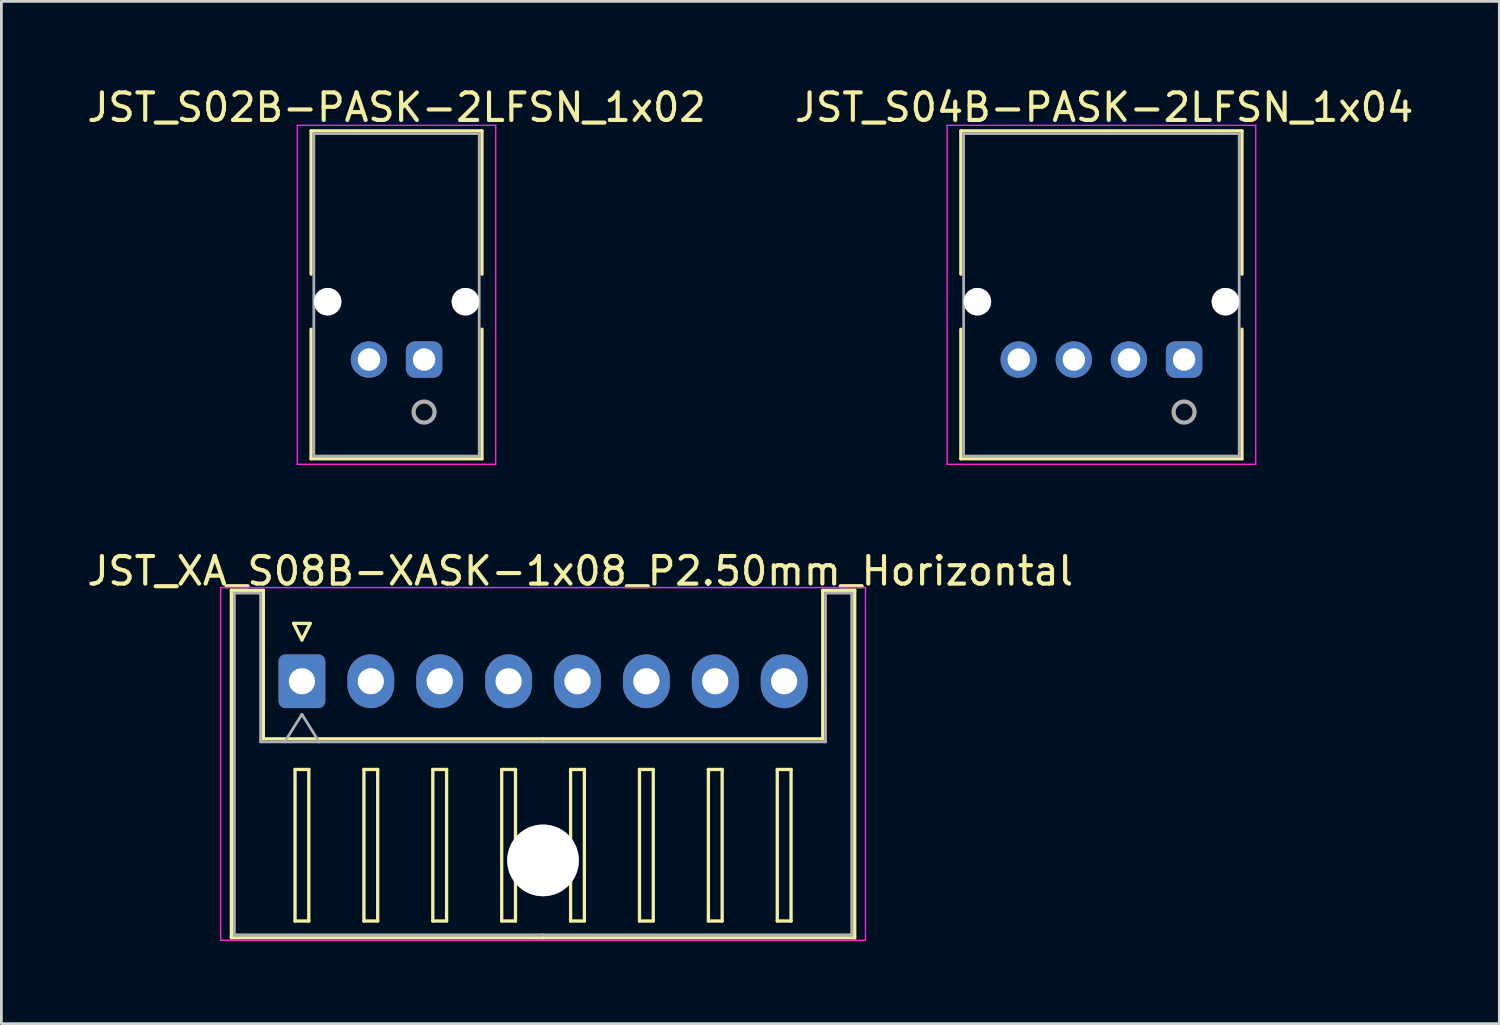
<source format=kicad_pcb>
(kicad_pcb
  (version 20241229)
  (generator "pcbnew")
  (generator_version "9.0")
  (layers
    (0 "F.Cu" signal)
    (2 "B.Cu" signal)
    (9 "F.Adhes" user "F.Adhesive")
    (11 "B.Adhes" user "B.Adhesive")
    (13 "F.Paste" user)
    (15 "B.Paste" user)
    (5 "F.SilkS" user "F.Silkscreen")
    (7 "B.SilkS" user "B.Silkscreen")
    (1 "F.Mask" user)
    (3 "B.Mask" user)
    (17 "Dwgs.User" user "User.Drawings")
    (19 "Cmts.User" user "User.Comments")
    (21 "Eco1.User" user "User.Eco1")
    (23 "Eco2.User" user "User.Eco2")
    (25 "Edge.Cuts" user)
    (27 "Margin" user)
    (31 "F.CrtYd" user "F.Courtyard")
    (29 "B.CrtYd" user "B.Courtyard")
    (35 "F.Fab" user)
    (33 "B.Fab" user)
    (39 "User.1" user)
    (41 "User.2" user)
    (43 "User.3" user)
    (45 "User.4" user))
  (footprint "JST_S04B-PASK-2LFSN_1x04"
    (layer "F.Cu")
    (at 39.918 9.998)
    (property "Reference" "JST_S04B-PASK-2LFSN_1x04" (at -2.9 -9.15 0) (layer "F.SilkS") (effects (font (size 1 1) (thickness 0.15))))
    (attr through_hole)
    (fp_line (start -8.1 -8.3) (end -8.1 -3.1) (stroke (width 0.12) (type solid)) (layer "F.SilkS"))
    (fp_line (start -8.1 -1.1) (end -8.1 3.6) (stroke (width 0.12) (type solid)) (layer "F.SilkS"))
    (fp_line (start -8.1 3.6) (end 2.1 3.6) (stroke (width 0.12) (type solid)) (layer "F.SilkS"))
    (fp_line (start 2.1 -8.3) (end -8.1 -8.3) (stroke (width 0.12) (type solid)) (layer "F.SilkS"))
    (fp_line (start 2.1 -3.1) (end 2.1 -8.3) (stroke (width 0.12) (type solid)) (layer "F.SilkS"))
    (fp_line (start 2.1 3.6) (end 2.1 -1.1) (stroke (width 0.12) (type solid)) (layer "F.SilkS"))
    (fp_line (start -8.6 -8.5) (end -8.6 3.8) (stroke (width 0.05) (type solid)) (layer "F.CrtYd"))
    (fp_line (start -8.6 3.8) (end 2.6 3.8) (stroke (width 0.05) (type solid)) (layer "F.CrtYd"))
    (fp_line (start 2.6 -8.5) (end -8.6 -8.5) (stroke (width 0.05) (type solid)) (layer "F.CrtYd"))
    (fp_line (start 2.6 3.8) (end 2.6 -8.5) (stroke (width 0.05) (type solid)) (layer "F.CrtYd"))
    (fp_line (start -8 -8.2) (end -8 3.5) (stroke (width 0.1) (type solid)) (layer "F.Fab"))
    (fp_line (start -8 3.5) (end 2 3.5) (stroke (width 0.1) (type solid)) (layer "F.Fab"))
    (fp_line (start 2 -8.2) (end -8 -8.2) (stroke (width 0.1) (type solid)) (layer "F.Fab"))
    (fp_line (start 2 3.5) (end 2 -8.2) (stroke (width 0.1) (type solid)) (layer "F.Fab"))
    (fp_circle (center 0 1.905) (end 0.381 1.905) (stroke (width 0.152) (type solid)) (fill no) (layer "F.Fab"))
    (pad "" thru_hole circle (at -7.5 -2.1 90) (size 1 1) (drill 1) (layers "*.Cu" "*.Mask"))
    (pad "" thru_hole circle (at 1.5 -2.1 90) (size 1 1) (drill 1) (layers "*.Cu" "*.Mask"))
    (pad "1" thru_hole roundrect (at 0 0) (size 1.321 1.321) (drill 0.813) (layers "*.Cu" "*.Mask") (roundrect_rratio 0.25))
    (pad "2" thru_hole circle (at -2 0) (size 1.321 1.321) (drill 0.813) (layers "*.Cu" "*.Mask"))
    (pad "3" thru_hole circle (at -4 0) (size 1.321 1.321) (drill 0.813) (layers "*.Cu" "*.Mask"))
    (pad "4" thru_hole circle (at -6 0) (size 1.321 1.321) (drill 0.813) (layers "*.Cu" "*.Mask")))
  (footprint "JST_S02B-PASK-2LFSN_1x02"
    (layer "F.Cu")
    (at 12.339 9.998)
    (property "Reference" "JST_S02B-PASK-2LFSN_1x02" (at -1 -9.15 0) (layer "F.SilkS") (effects (font (size 1 1) (thickness 0.15))))
    (attr through_hole)
    (fp_line (start -4.1 -8.3) (end -4.1 -3.1) (stroke (width 0.12) (type solid)) (layer "F.SilkS"))
    (fp_line (start -4.1 -1.1) (end -4.1 3.6) (stroke (width 0.12) (type solid)) (layer "F.SilkS"))
    (fp_line (start -4.1 3.6) (end 2.1 3.6) (stroke (width 0.12) (type solid)) (layer "F.SilkS"))
    (fp_line (start 2.1 -8.3) (end -4.1 -8.3) (stroke (width 0.12) (type solid)) (layer "F.SilkS"))
    (fp_line (start 2.1 -3.1) (end 2.1 -8.3) (stroke (width 0.12) (type solid)) (layer "F.SilkS"))
    (fp_line (start 2.1 3.6) (end 2.1 -1.1) (stroke (width 0.12) (type solid)) (layer "F.SilkS"))
    (fp_line (start -4.6 -8.5) (end -4.6 3.8) (stroke (width 0.05) (type solid)) (layer "F.CrtYd"))
    (fp_line (start -4.6 3.8) (end 2.6 3.8) (stroke (width 0.05) (type solid)) (layer "F.CrtYd"))
    (fp_line (start 2.6 -8.5) (end -4.6 -8.5) (stroke (width 0.05) (type solid)) (layer "F.CrtYd"))
    (fp_line (start 2.6 3.8) (end 2.6 -8.5) (stroke (width 0.05) (type solid)) (layer "F.CrtYd"))
    (fp_line (start -4 -8.2) (end -4 3.5) (stroke (width 0.1) (type solid)) (layer "F.Fab"))
    (fp_line (start -4 3.5) (end 2 3.5) (stroke (width 0.1) (type solid)) (layer "F.Fab"))
    (fp_line (start 2 -8.2) (end -4 -8.2) (stroke (width 0.1) (type solid)) (layer "F.Fab"))
    (fp_line (start 2 3.5) (end 2 -8.2) (stroke (width 0.1) (type solid)) (layer "F.Fab"))
    (fp_circle (center 0 1.905) (end 0.381 1.905) (stroke (width 0.152) (type solid)) (fill no) (layer "F.Fab"))
    (pad "" thru_hole circle (at -3.5 -2.1 90) (size 1 1) (drill 1) (layers "*.Cu" "*.Mask"))
    (pad "" thru_hole circle (at 1.5 -2.1 90) (size 1 1) (drill 1) (layers "*.Cu" "*.Mask"))
    (pad "1" thru_hole roundrect (at 0 0) (size 1.321 1.321) (drill 0.813) (layers "*.Cu" "*.Mask") (roundrect_rratio 0.25))
    (pad "2" thru_hole circle (at -2 0) (size 1.321 1.321) (drill 0.813) (layers "*.Cu" "*.Mask")))
  (footprint "JST_XA_S08B-XASK-1x08_P2.50mm_Horizontal"
    (layer "F.Cu")
    (at 7.906 21.672)
    (property "Reference" "JST_XA_S08B-XASK-1x08_P2.50mm_Horizontal" (at 10.1 -4 0) (layer "F.SilkS") (effects (font (size 1 1) (thickness 0.15))))
    (attr through_hole)
    (fp_line (start -2.56 -3.3) (end -1.4 -3.3) (stroke (width 0.12) (type solid)) (layer "F.SilkS"))
    (fp_line (start -2.56 9.31) (end -2.56 -3.3) (stroke (width 0.12) (type solid)) (layer "F.SilkS"))
    (fp_line (start -1.4 -3.3) (end -1.4 2.09) (stroke (width 0.12) (type solid)) (layer "F.SilkS"))
    (fp_line (start -1.4 2.09) (end 8.75 2.09) (stroke (width 0.12) (type solid)) (layer "F.SilkS"))
    (fp_line (start -0.3 -2.1) (end 0.3 -2.1) (stroke (width 0.12) (type solid)) (layer "F.SilkS"))
    (fp_line (start -0.25 3.2) (end -0.25 8.7) (stroke (width 0.12) (type solid)) (layer "F.SilkS"))
    (fp_line (start -0.25 8.7) (end 0.25 8.7) (stroke (width 0.12) (type solid)) (layer "F.SilkS"))
    (fp_line (start 0 -1.5) (end -0.3 -2.1) (stroke (width 0.12) (type solid)) (layer "F.SilkS"))
    (fp_line (start 0.25 3.2) (end -0.25 3.2) (stroke (width 0.12) (type solid)) (layer "F.SilkS"))
    (fp_line (start 0.25 8.7) (end 0.25 3.2) (stroke (width 0.12) (type solid)) (layer "F.SilkS"))
    (fp_line (start 0.3 -2.1) (end 0 -1.5) (stroke (width 0.12) (type solid)) (layer "F.SilkS"))
    (fp_line (start 2.25 3.2) (end 2.25 8.7) (stroke (width 0.12) (type solid)) (layer "F.SilkS"))
    (fp_line (start 2.25 8.7) (end 2.75 8.7) (stroke (width 0.12) (type solid)) (layer "F.SilkS"))
    (fp_line (start 2.75 3.2) (end 2.25 3.2) (stroke (width 0.12) (type solid)) (layer "F.SilkS"))
    (fp_line (start 2.75 8.7) (end 2.75 3.2) (stroke (width 0.12) (type solid)) (layer "F.SilkS"))
    (fp_line (start 4.75 3.2) (end 4.75 8.7) (stroke (width 0.12) (type solid)) (layer "F.SilkS"))
    (fp_line (start 4.75 8.7) (end 5.25 8.7) (stroke (width 0.12) (type solid)) (layer "F.SilkS"))
    (fp_line (start 5.25 3.2) (end 4.75 3.2) (stroke (width 0.12) (type solid)) (layer "F.SilkS"))
    (fp_line (start 5.25 8.7) (end 5.25 3.2) (stroke (width 0.12) (type solid)) (layer "F.SilkS"))
    (fp_line (start 7.25 3.2) (end 7.25 8.7) (stroke (width 0.12) (type solid)) (layer "F.SilkS"))
    (fp_line (start 7.25 8.7) (end 7.75 8.7) (stroke (width 0.12) (type solid)) (layer "F.SilkS"))
    (fp_line (start 7.75 3.2) (end 7.25 3.2) (stroke (width 0.12) (type solid)) (layer "F.SilkS"))
    (fp_line (start 7.75 8.7) (end 7.75 3.2) (stroke (width 0.12) (type solid)) (layer "F.SilkS"))
    (fp_line (start 8.75 9.31) (end -2.56 9.31) (stroke (width 0.12) (type solid)) (layer "F.SilkS"))
    (fp_line (start 8.75 9.31) (end 20.06 9.31) (stroke (width 0.12) (type solid)) (layer "F.SilkS"))
    (fp_line (start 9.75 3.2) (end 9.75 8.7) (stroke (width 0.12) (type solid)) (layer "F.SilkS"))
    (fp_line (start 9.75 8.7) (end 10.25 8.7) (stroke (width 0.12) (type solid)) (layer "F.SilkS"))
    (fp_line (start 10.25 3.2) (end 9.75 3.2) (stroke (width 0.12) (type solid)) (layer "F.SilkS"))
    (fp_line (start 10.25 8.7) (end 10.25 3.2) (stroke (width 0.12) (type solid)) (layer "F.SilkS"))
    (fp_line (start 12.25 3.2) (end 12.25 8.7) (stroke (width 0.12) (type solid)) (layer "F.SilkS"))
    (fp_line (start 12.25 8.7) (end 12.75 8.7) (stroke (width 0.12) (type solid)) (layer "F.SilkS"))
    (fp_line (start 12.75 3.2) (end 12.25 3.2) (stroke (width 0.12) (type solid)) (layer "F.SilkS"))
    (fp_line (start 12.75 8.7) (end 12.75 3.2) (stroke (width 0.12) (type solid)) (layer "F.SilkS"))
    (fp_line (start 14.75 3.2) (end 14.75 8.7) (stroke (width 0.12) (type solid)) (layer "F.SilkS"))
    (fp_line (start 14.75 8.7) (end 15.25 8.7) (stroke (width 0.12) (type solid)) (layer "F.SilkS"))
    (fp_line (start 15.25 3.2) (end 14.75 3.2) (stroke (width 0.12) (type solid)) (layer "F.SilkS"))
    (fp_line (start 15.25 8.7) (end 15.25 3.2) (stroke (width 0.12) (type solid)) (layer "F.SilkS"))
    (fp_line (start 17.25 3.2) (end 17.25 8.7) (stroke (width 0.12) (type solid)) (layer "F.SilkS"))
    (fp_line (start 17.25 8.7) (end 17.75 8.7) (stroke (width 0.12) (type solid)) (layer "F.SilkS"))
    (fp_line (start 17.75 3.2) (end 17.25 3.2) (stroke (width 0.12) (type solid)) (layer "F.SilkS"))
    (fp_line (start 17.75 8.7) (end 17.75 3.2) (stroke (width 0.12) (type solid)) (layer "F.SilkS"))
    (fp_line (start 18.9 -3.3) (end 18.9 2.09) (stroke (width 0.12) (type solid)) (layer "F.SilkS"))
    (fp_line (start 18.9 2.09) (end 8.75 2.09) (stroke (width 0.12) (type solid)) (layer "F.SilkS"))
    (fp_line (start 20.06 -3.3) (end 18.9 -3.3) (stroke (width 0.12) (type solid)) (layer "F.SilkS"))
    (fp_line (start 20.06 9.31) (end 20.06 -3.3) (stroke (width 0.12) (type solid)) (layer "F.SilkS"))
    (fp_line (start -2.95 -3.4) (end -2.95 9.4) (stroke (width 0.05) (type solid)) (layer "F.CrtYd"))
    (fp_line (start -2.95 9.4) (end 20.45 9.4) (stroke (width 0.05) (type solid)) (layer "F.CrtYd"))
    (fp_line (start 20.45 -3.4) (end -2.95 -3.4) (stroke (width 0.05) (type solid)) (layer "F.CrtYd"))
    (fp_line (start 20.45 9.4) (end 20.45 -3.4) (stroke (width 0.05) (type solid)) (layer "F.CrtYd"))
    (fp_line (start -2.45 -3.2) (end -1.5 -3.2) (stroke (width 0.1) (type solid)) (layer "F.Fab"))
    (fp_line (start -2.45 9.2) (end -2.45 -3.2) (stroke (width 0.1) (type solid)) (layer "F.Fab"))
    (fp_line (start -1.5 -3.2) (end -1.5 2.2) (stroke (width 0.1) (type solid)) (layer "F.Fab"))
    (fp_line (start -1.5 2.2) (end 8.75 2.2) (stroke (width 0.1) (type solid)) (layer "F.Fab"))
    (fp_line (start -0.625 2.2) (end 0 1.2) (stroke (width 0.1) (type solid)) (layer "F.Fab"))
    (fp_line (start 0 1.2) (end 0.625 2.2) (stroke (width 0.1) (type solid)) (layer "F.Fab"))
    (fp_line (start 8.75 9.2) (end -2.45 9.2) (stroke (width 0.1) (type solid)) (layer "F.Fab"))
    (fp_line (start 8.75 9.2) (end 19.95 9.2) (stroke (width 0.1) (type solid)) (layer "F.Fab"))
    (fp_line (start 19 -3.2) (end 19 2.2) (stroke (width 0.1) (type solid)) (layer "F.Fab"))
    (fp_line (start 19 2.2) (end 8.75 2.2) (stroke (width 0.1) (type solid)) (layer "F.Fab"))
    (fp_line (start 19.95 -3.2) (end 19 -3.2) (stroke (width 0.1) (type solid)) (layer "F.Fab"))
    (fp_line (start 19.95 9.2) (end 19.95 -3.2) (stroke (width 0.1) (type solid)) (layer "F.Fab"))
    (pad "" thru_hole circle (at 8.75 6.5) (size 2.6 2.6) (drill 2.6) (layers "*.Cu" "*.Mask"))
    (pad "1" thru_hole roundrect (at 0 0) (size 1.7 1.95) (drill 0.95) (layers "*.Cu" "*.Mask") (roundrect_rratio 0.147))
    (pad "2" thru_hole oval (at 2.5 0) (size 1.7 1.95) (drill 0.95) (layers "*.Cu" "*.Mask"))
    (pad "3" thru_hole oval (at 5 0) (size 1.7 1.95) (drill 0.95) (layers "*.Cu" "*.Mask"))
    (pad "4" thru_hole oval (at 7.5 0) (size 1.7 1.95) (drill 0.95) (layers "*.Cu" "*.Mask"))
    (pad "5" thru_hole oval (at 10 0) (size 1.7 1.95) (drill 0.95) (layers "*.Cu" "*.Mask"))
    (pad "6" thru_hole oval (at 12.5 0) (size 1.7 1.95) (drill 0.95) (layers "*.Cu" "*.Mask"))
    (pad "7" thru_hole oval (at 15 0) (size 1.7 1.95) (drill 0.95) (layers "*.Cu" "*.Mask"))
    (pad "8" thru_hole oval (at 17.5 0) (size 1.7 1.95) (drill 0.95) (layers "*.Cu" "*.Mask")))
  (gr_rect
    (start -3 -3)
    (end 51.357 34.096)
    (stroke (width 0.1) (type default))
    (fill no)
    (layer "Edge.Cuts")))
</source>
